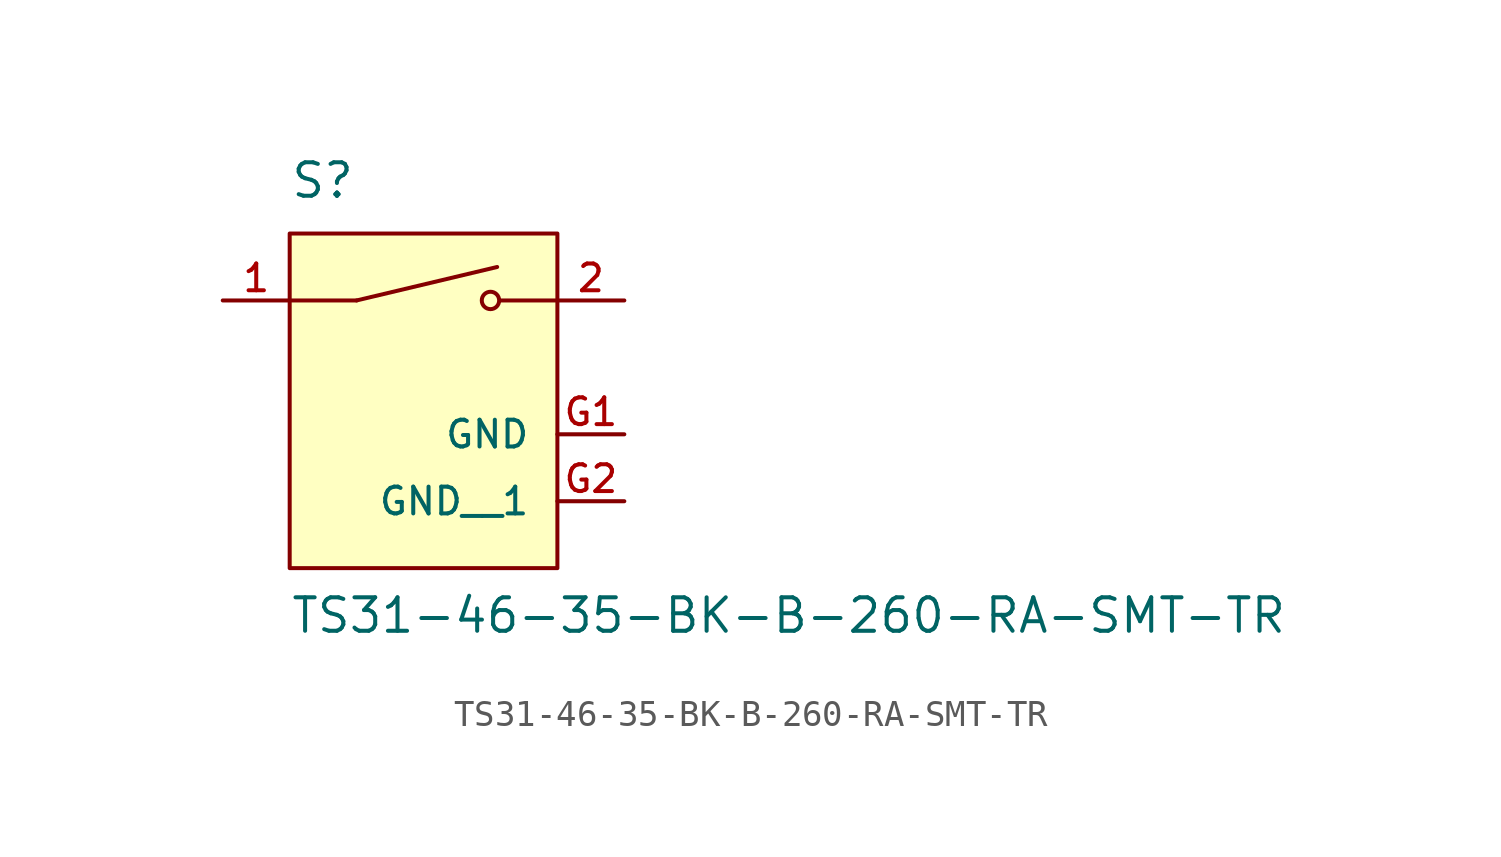
<source format=kicad_sym>
(kicad_symbol_lib
  (version 20211014)
  (generator kicad_symbol_editor)
  (symbol "TS31-46-35-BK-B-260-RA-SMT-TR"
    (pin_names
      (offset 1.016))
    (property "Reference" "S"
      (at -5.08 6.35 0)
      (effects (font (size 1.27 1.27)) (justify bottom left)))
    (property "Value" "TS31-46-35-BK-B-260-RA-SMT-TR"
      (at -5.08 -10.16 0)
      (effects (font (size 1.27 1.27)) (justify bottom left)))
    (symbol "TS31-46-35-BK-B-260-RA-SMT-TR_0_0"
      (polyline (pts (xy -2.54 2.54) (xy 2.794 3.81)) (stroke (width 0.152)))
      (circle (center 2.54 2.54) (radius 0.33) (stroke (width 0.152)) (fill (type none)))
      (polyline (pts (xy 5.08 2.54) (xy 2.921 2.54)) (stroke (width 0.152)))
      (polyline (pts (xy -2.54 2.54) (xy -5.08 2.54)) (stroke (width 0.152)))
      (rectangle (start -5.08 -7.62) (end 5.08 5.08) (stroke (width 0.152)) (fill (type background)))
      (pin passive line (at -7.62 2.54 0) (length 2.54) (name "~" (effects (font (size 1.016 1.016)))) (number "1" (effects (font (size 1.016 1.016)))))
      (pin passive line (at 7.62 2.54 180.0) (length 2.54) (name "~" (effects (font (size 1.016 1.016)))) (number "2" (effects (font (size 1.016 1.016)))))
      (pin power_in line (at 7.62 -2.54 180.0) (length 2.54) (name "GND" (effects (font (size 1.016 1.016)))) (number "G1" (effects (font (size 1.016 1.016)))))
      (pin power_in line (at 7.62 -5.08 180.0) (length 2.54) (name "GND__1" (effects (font (size 1.016 1.016)))) (number "G2" (effects (font (size 1.016 1.016))))))))
</source>
